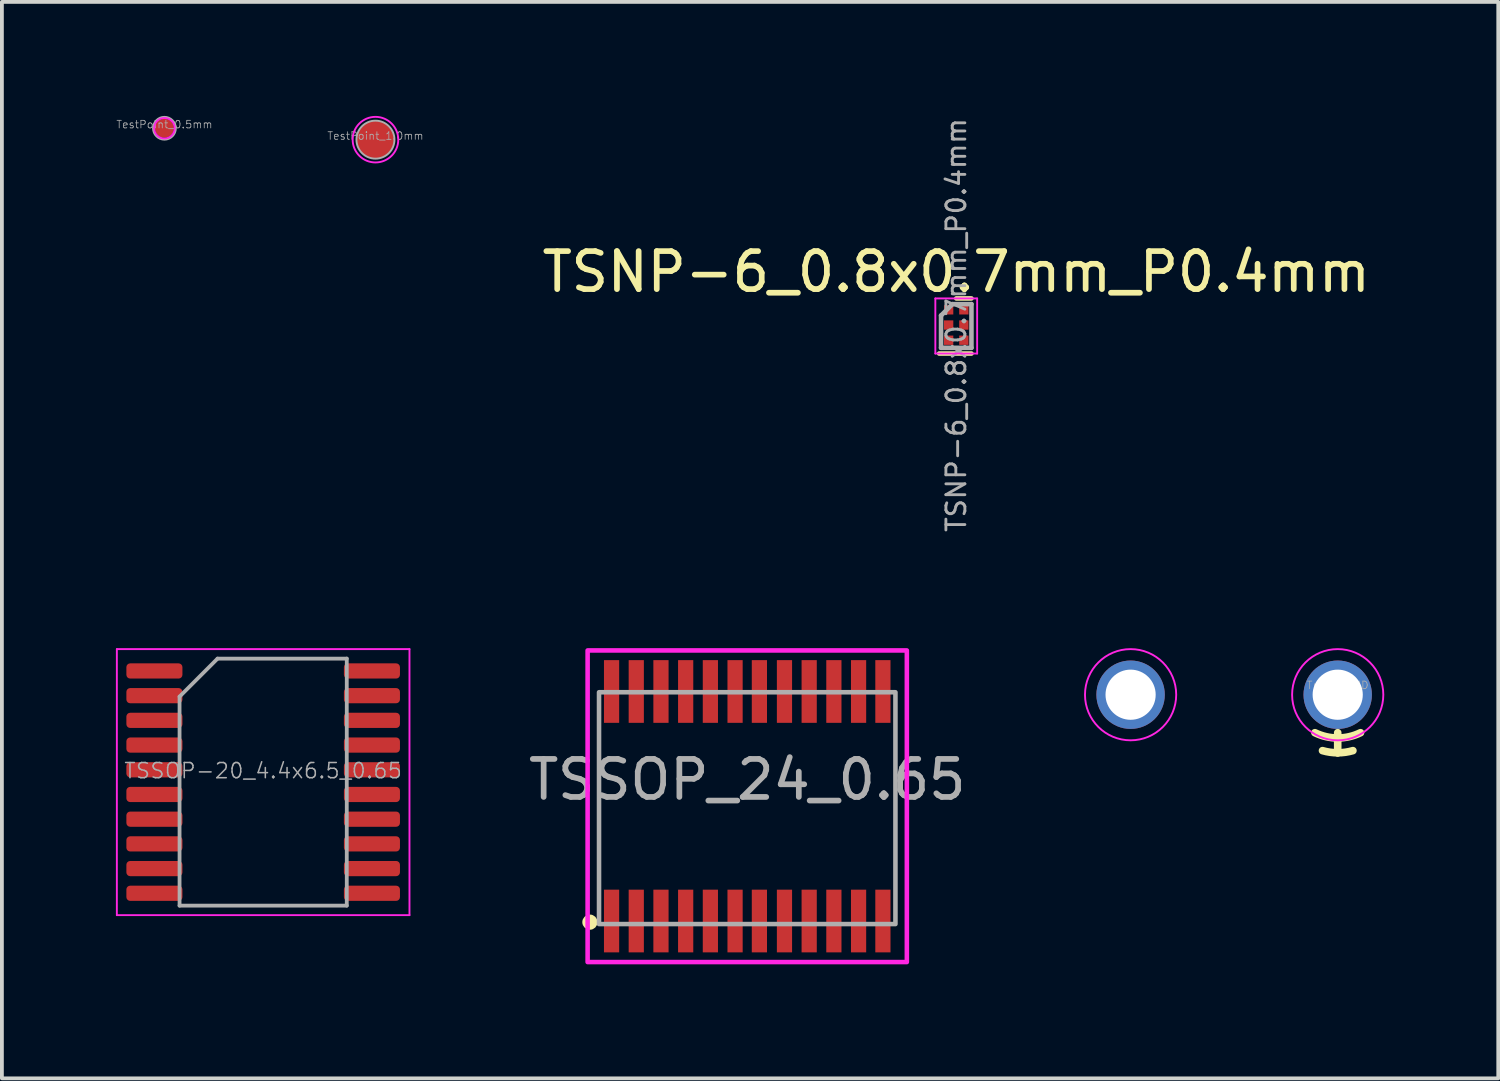
<source format=kicad_pcb>
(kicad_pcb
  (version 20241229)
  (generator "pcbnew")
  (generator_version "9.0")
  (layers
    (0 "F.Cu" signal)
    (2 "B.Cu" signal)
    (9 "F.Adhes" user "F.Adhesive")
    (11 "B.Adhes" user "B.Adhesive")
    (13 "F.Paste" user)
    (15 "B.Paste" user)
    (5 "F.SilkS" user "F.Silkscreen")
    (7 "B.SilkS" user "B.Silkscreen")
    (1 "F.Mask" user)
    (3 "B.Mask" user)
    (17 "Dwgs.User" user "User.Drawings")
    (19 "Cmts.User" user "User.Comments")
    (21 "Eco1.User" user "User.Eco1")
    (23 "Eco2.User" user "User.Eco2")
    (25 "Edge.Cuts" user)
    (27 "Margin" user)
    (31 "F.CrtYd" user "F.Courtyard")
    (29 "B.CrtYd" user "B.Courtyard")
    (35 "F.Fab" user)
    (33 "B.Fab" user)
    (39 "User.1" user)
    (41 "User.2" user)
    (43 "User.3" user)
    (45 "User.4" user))
  (footprint "Turret"
    (layer "F.Cu")
    (at 26.701 15.231)
    (property "Reference" "Turret" (at 0 -0.25 0) (unlocked yes) (layer "F.Fab") (effects (font (size 0.2 0.2) (thickness 0.02))))
    (attr through_hole exclude_from_pos_files exclude_from_bom)
    (fp_circle (center 0 0) (end 1.2 0) (stroke (width 0.05) (type solid)) (fill no) (layer "F.CrtYd"))
    (pad "1" thru_hole circle (at 0 0) (size 1.8 1.8) (drill 1.32) (property pad_prop_testpoint) (layers "*.Cu" "*.Mask")))
  (footprint "Turret_GND"
    (layer "F.Cu")
    (at 32.151 15.231)
    (property "Reference" "Turret_GND" (at 0 -0.25 0) (unlocked yes) (layer "F.Fab") (effects (font (size 0.2 0.2) (thickness 0.02))))
    (attr through_hole exclude_from_pos_files exclude_from_bom)
    (fp_line (start 0 1) (end 0 1.528) (stroke (width 0.2) (type default)) (layer "F.SilkS"))
    (fp_arc (start 0 1.138719) (mid -0.307914 1.103588) (end -0.6 0.999999) (stroke (width 0.2) (type default)) (layer "F.SilkS"))
    (fp_arc (start 0 1.528219) (mid -0.201981 1.51404) (end -0.4 1.47178) (stroke (width 0.2) (type default)) (layer "F.SilkS"))
    (fp_arc (start 0.4 1.47178) (mid 0.201981 1.51404) (end 0 1.528219) (stroke (width 0.2) (type default)) (layer "F.SilkS"))
    (fp_arc (start 0.6 0.999999) (mid 0.307914 1.103587) (end 0 1.138719) (stroke (width 0.2) (type default)) (layer "F.SilkS"))
    (fp_circle (center 0 0) (end 1.2 0) (stroke (width 0.05) (type solid)) (fill no) (layer "F.CrtYd"))
    (pad "1" thru_hole circle (at 0 0) (size 1.8 1.8) (drill 1.32) (property pad_prop_testpoint) (layers "*.Cu" "*.Mask")))
  (footprint "TSNP-6_0.8x0.7mm_P0.4mm"
    (layer "F.Cu")
    (at 22.113 5.503)
    (property "Reference" "TSNP-6_0.8x0.7mm_P0.4mm" (at 0 -1.4 0) (layer "F.SilkS") (effects (font (size 1 1) (thickness 0.15))))
    (attr smd)
    (fp_line (start -0.45 0.75) (end 0.4 0.75) (stroke (width 0.12) (type solid)) (layer "F.SilkS"))
    (fp_line (start 0 -0.7) (end 0.4 -0.7) (stroke (width 0.12) (type solid)) (layer "F.SilkS"))
    (fp_line (start -0.55 -0.7) (end -0.55 0.75) (stroke (width 0.05) (type solid)) (layer "F.CrtYd"))
    (fp_line (start -0.55 -0.7) (end 0.55 -0.7) (stroke (width 0.05) (type solid)) (layer "F.CrtYd"))
    (fp_line (start 0.55 0.75) (end -0.55 0.75) (stroke (width 0.05) (type solid)) (layer "F.CrtYd"))
    (fp_line (start 0.55 0.75) (end 0.55 -0.7) (stroke (width 0.05) (type solid)) (layer "F.CrtYd"))
    (fp_line (start -0.4 -0.25) (end -0.4 0.6) (stroke (width 0.12) (type solid)) (layer "F.Fab"))
    (fp_line (start -0.4 0.6) (end 0.4 0.6) (stroke (width 0.12) (type solid)) (layer "F.Fab"))
    (fp_line (start -0.1 -0.55) (end -0.4 -0.25) (stroke (width 0.12) (type solid)) (layer "F.Fab"))
    (fp_line (start 0.4 -0.55) (end -0.1 -0.55) (stroke (width 0.12) (type solid)) (layer "F.Fab"))
    (fp_line (start 0.4 0.6) (end 0.4 -0.55) (stroke (width 0.12) (type solid)) (layer "F.Fab"))
    (fp_text user "${REFERENCE}" (at 0 0 270) (layer "F.Fab") (effects (font (size 0.5 0.5) (thickness 0.075))))
    (pad "1" smd rect (at -0.2 -0.4) (size 0.245 0.245) (layers "F.Cu" "F.Mask" "F.Paste"))
    (pad "2" smd rect (at -0.2 0) (size 0.245 0.245) (layers "F.Cu" "F.Mask" "F.Paste"))
    (pad "3" smd rect (at -0.2 0.4) (size 0.245 0.245) (layers "F.Cu" "F.Mask" "F.Paste"))
    (pad "4" smd rect (at 0.2 0.4) (size 0.245 0.245) (layers "F.Cu" "F.Mask" "F.Paste"))
    (pad "5" smd rect (at 0.2 0) (size 0.245 0.245) (layers "F.Cu" "F.Mask" "F.Paste"))
    (pad "6" smd rect (at 0.2 -0.4) (size 0.245 0.245) (layers "F.Cu" "F.Mask" "F.Paste")))
  (footprint "TSSOP_24_0.65"
    (layer "F.Cu")
    (at 16.613 18.166)
    (property "Reference" "TSSOP_24_0.65" (at 0 -0.7 0) (layer "F.Fab") (effects (font (size 1 1) (thickness 0.15))))
    (attr smd)
    (fp_circle (center -4.14 3.05) (end -4.04 3.05) (stroke (width 0.2) (type solid)) (fill no) (layer "F.SilkS"))
    (fp_rect (start -4.2 -4.1) (end 4.2 4.1) (stroke (width 0.12) (type default)) (fill no) (layer "F.CrtYd"))
    (fp_rect (start -3.9 -3) (end 3.9 3.1) (stroke (width 0.12) (type default)) (fill no) (layer "F.Fab"))
    (pad "1" smd rect (at -3.57 3.02) (size 0.4 1.65) (layers "F.Cu" "F.Mask" "F.Paste"))
    (pad "2" smd rect (at -2.92 3.02) (size 0.4 1.65) (layers "F.Cu" "F.Mask" "F.Paste"))
    (pad "3" smd rect (at -2.27 3.02) (size 0.4 1.65) (layers "F.Cu" "F.Mask" "F.Paste"))
    (pad "4" smd rect (at -1.62 3.02) (size 0.4 1.65) (layers "F.Cu" "F.Mask" "F.Paste"))
    (pad "5" smd rect (at -0.97 3.02) (size 0.4 1.65) (layers "F.Cu" "F.Mask" "F.Paste"))
    (pad "6" smd rect (at -0.32 3.02) (size 0.4 1.65) (layers "F.Cu" "F.Mask" "F.Paste"))
    (pad "7" smd rect (at 0.32 3.02) (size 0.4 1.65) (layers "F.Cu" "F.Mask" "F.Paste"))
    (pad "8" smd rect (at 0.98 3.02) (size 0.4 1.65) (layers "F.Cu" "F.Mask" "F.Paste"))
    (pad "9" smd rect (at 1.63 3.02) (size 0.4 1.65) (layers "F.Cu" "F.Mask" "F.Paste"))
    (pad "10" smd rect (at 2.28 3.02) (size 0.4 1.65) (layers "F.Cu" "F.Mask" "F.Paste"))
    (pad "11" smd rect (at 2.93 3.02) (size 0.4 1.65) (layers "F.Cu" "F.Mask" "F.Paste"))
    (pad "12" smd rect (at 3.57 3.02) (size 0.4 1.65) (layers "F.Cu" "F.Mask" "F.Paste"))
    (pad "13" smd rect (at 3.57 -3.02) (size 0.4 1.65) (layers "F.Cu" "F.Mask" "F.Paste"))
    (pad "14" smd rect (at 2.93 -3.02) (size 0.4 1.65) (layers "F.Cu" "F.Mask" "F.Paste"))
    (pad "15" smd rect (at 2.28 -3.02) (size 0.4 1.65) (layers "F.Cu" "F.Mask" "F.Paste"))
    (pad "16" smd rect (at 1.63 -3.02) (size 0.4 1.65) (layers "F.Cu" "F.Mask" "F.Paste"))
    (pad "17" smd rect (at 0.98 -3.02) (size 0.4 1.65) (layers "F.Cu" "F.Mask" "F.Paste"))
    (pad "18" smd rect (at 0.32 -3.02) (size 0.4 1.65) (layers "F.Cu" "F.Mask" "F.Paste"))
    (pad "19" smd rect (at -0.32 -3.02) (size 0.4 1.65) (layers "F.Cu" "F.Mask" "F.Paste"))
    (pad "20" smd rect (at -0.97 -3.02) (size 0.4 1.65) (layers "F.Cu" "F.Mask" "F.Paste"))
    (pad "21" smd rect (at -1.62 -3.02) (size 0.4 1.65) (layers "F.Cu" "F.Mask" "F.Paste"))
    (pad "22" smd rect (at -2.27 -3.02) (size 0.4 1.65) (layers "F.Cu" "F.Mask" "F.Paste"))
    (pad "23" smd rect (at -2.92 -3.02) (size 0.4 1.65) (layers "F.Cu" "F.Mask" "F.Paste"))
    (pad "24" smd rect (at -3.57 -3.02) (size 0.4 1.65) (layers "F.Cu" "F.Mask" "F.Paste")))
  (footprint "TestPoint_1.0mm"
    (layer "F.Cu")
    (at 6.83 0.625)
    (property "Reference" "TestPoint_1.0mm" (at 0 -0.1 0) (unlocked yes) (layer "F.Fab") (effects (font (size 0.2 0.2) (thickness 0.02))))
    (attr exclude_from_pos_files exclude_from_bom)
    (fp_circle (center 0 0) (end 0.5 0) (stroke (width 0) (type solid)) (fill yes) (layer "F.Cu"))
    (fp_circle (center 0 0) (end 0.5 0) (stroke (width 0) (type solid)) (fill yes) (layer "F.Mask"))
    (fp_circle (center 0 0) (end 0.6 0) (stroke (width 0.05) (type solid)) (fill no) (layer "F.CrtYd"))
    (fp_circle (center 0 0) (end 0.5 0) (stroke (width 0.05) (type solid)) (fill no) (layer "F.Fab")))
  (footprint "TSSOP-20_4.4x6.5_0.65"
    (layer "F.Cu")
    (at 3.875 17.531)
    (property "Reference" "TSSOP-20_4.4x6.5_0.65" (at 0 -0.3 0) (unlocked yes) (layer "F.Fab") (effects (font (size 0.4 0.4) (thickness 0.04))))
    (attr smd)
    (fp_line (start -3.85 -3.5) (end -3.85 3.5) (stroke (width 0.05) (type solid)) (layer "F.CrtYd"))
    (fp_line (start -3.85 3.5) (end 3.85 3.5) (stroke (width 0.05) (type solid)) (layer "F.CrtYd"))
    (fp_line (start 3.85 -3.5) (end -3.85 -3.5) (stroke (width 0.05) (type solid)) (layer "F.CrtYd"))
    (fp_line (start 3.85 3.5) (end 3.85 -3.5) (stroke (width 0.05) (type solid)) (layer "F.CrtYd"))
    (fp_line (start -2.2 -2.25) (end -1.2 -3.25) (stroke (width 0.1) (type solid)) (layer "F.Fab"))
    (fp_line (start -2.2 3.25) (end -2.2 -2.25) (stroke (width 0.1) (type solid)) (layer "F.Fab"))
    (fp_line (start -1.2 -3.25) (end 2.2 -3.25) (stroke (width 0.1) (type solid)) (layer "F.Fab"))
    (fp_line (start 2.2 -3.25) (end 2.2 3.25) (stroke (width 0.1) (type solid)) (layer "F.Fab"))
    (fp_line (start 2.2 3.25) (end -2.2 3.25) (stroke (width 0.1) (type solid)) (layer "F.Fab"))
    (pad "1" smd roundrect (at -2.862 -2.925) (size 1.475 0.4) (layers "F.Cu" "F.Mask" "F.Paste") (roundrect_rratio 0.25))
    (pad "2" smd roundrect (at -2.862 -2.275) (size 1.475 0.4) (layers "F.Cu" "F.Mask" "F.Paste") (roundrect_rratio 0.25))
    (pad "3" smd roundrect (at -2.862 -1.625) (size 1.475 0.4) (layers "F.Cu" "F.Mask" "F.Paste") (roundrect_rratio 0.25))
    (pad "4" smd roundrect (at -2.862 -0.975) (size 1.475 0.4) (layers "F.Cu" "F.Mask" "F.Paste") (roundrect_rratio 0.25))
    (pad "5" smd roundrect (at -2.862 -0.325) (size 1.475 0.4) (layers "F.Cu" "F.Mask" "F.Paste") (roundrect_rratio 0.25))
    (pad "6" smd roundrect (at -2.862 0.325) (size 1.475 0.4) (layers "F.Cu" "F.Mask" "F.Paste") (roundrect_rratio 0.25))
    (pad "7" smd roundrect (at -2.862 0.975) (size 1.475 0.4) (layers "F.Cu" "F.Mask" "F.Paste") (roundrect_rratio 0.25))
    (pad "8" smd roundrect (at -2.862 1.625) (size 1.475 0.4) (layers "F.Cu" "F.Mask" "F.Paste") (roundrect_rratio 0.25))
    (pad "9" smd roundrect (at -2.862 2.275) (size 1.475 0.4) (layers "F.Cu" "F.Mask" "F.Paste") (roundrect_rratio 0.25))
    (pad "10" smd roundrect (at -2.862 2.925) (size 1.475 0.4) (layers "F.Cu" "F.Mask" "F.Paste") (roundrect_rratio 0.25))
    (pad "11" smd roundrect (at 2.862 2.925) (size 1.475 0.4) (layers "F.Cu" "F.Mask" "F.Paste") (roundrect_rratio 0.25))
    (pad "12" smd roundrect (at 2.862 2.275) (size 1.475 0.4) (layers "F.Cu" "F.Mask" "F.Paste") (roundrect_rratio 0.25))
    (pad "13" smd roundrect (at 2.862 1.625) (size 1.475 0.4) (layers "F.Cu" "F.Mask" "F.Paste") (roundrect_rratio 0.25))
    (pad "14" smd roundrect (at 2.862 0.975) (size 1.475 0.4) (layers "F.Cu" "F.Mask" "F.Paste") (roundrect_rratio 0.25))
    (pad "15" smd roundrect (at 2.862 0.325) (size 1.475 0.4) (layers "F.Cu" "F.Mask" "F.Paste") (roundrect_rratio 0.25))
    (pad "16" smd roundrect (at 2.862 -0.325) (size 1.475 0.4) (layers "F.Cu" "F.Mask" "F.Paste") (roundrect_rratio 0.25))
    (pad "17" smd roundrect (at 2.862 -0.975) (size 1.475 0.4) (layers "F.Cu" "F.Mask" "F.Paste") (roundrect_rratio 0.25))
    (pad "18" smd roundrect (at 2.862 -1.625) (size 1.475 0.4) (layers "F.Cu" "F.Mask" "F.Paste") (roundrect_rratio 0.25))
    (pad "19" smd roundrect (at 2.862 -2.275) (size 1.475 0.4) (layers "F.Cu" "F.Mask" "F.Paste") (roundrect_rratio 0.25))
    (pad "20" smd roundrect (at 2.862 -2.925) (size 1.475 0.4) (layers "F.Cu" "F.Mask" "F.Paste") (roundrect_rratio 0.25)))
  (footprint "TestPoint_0.5mm"
    (layer "F.Cu")
    (at 1.277 0.325)
    (property "Reference" "TestPoint_0.5mm" (at 0 -0.1 0) (unlocked yes) (layer "F.Fab") (effects (font (size 0.2 0.2) (thickness 0.02))))
    (attr exclude_from_pos_files exclude_from_bom)
    (fp_circle (center 0 0) (end 0.27 0) (stroke (width 0.05) (type solid)) (fill no) (layer "F.CrtYd"))
    (fp_circle (center 0 0) (end 0.3 0) (stroke (width 0.05) (type solid)) (fill no) (layer "F.Fab"))
    (pad "1" smd circle (at 0 0) (size 0.5 0.5) (layers "F.Cu" "F.Mask")))
  (gr_rect
    (start -3 -3)
    (end 36.376 25.326)
    (stroke (width 0.1) (type default))
    (fill no)
    (layer "Edge.Cuts")))
</source>
